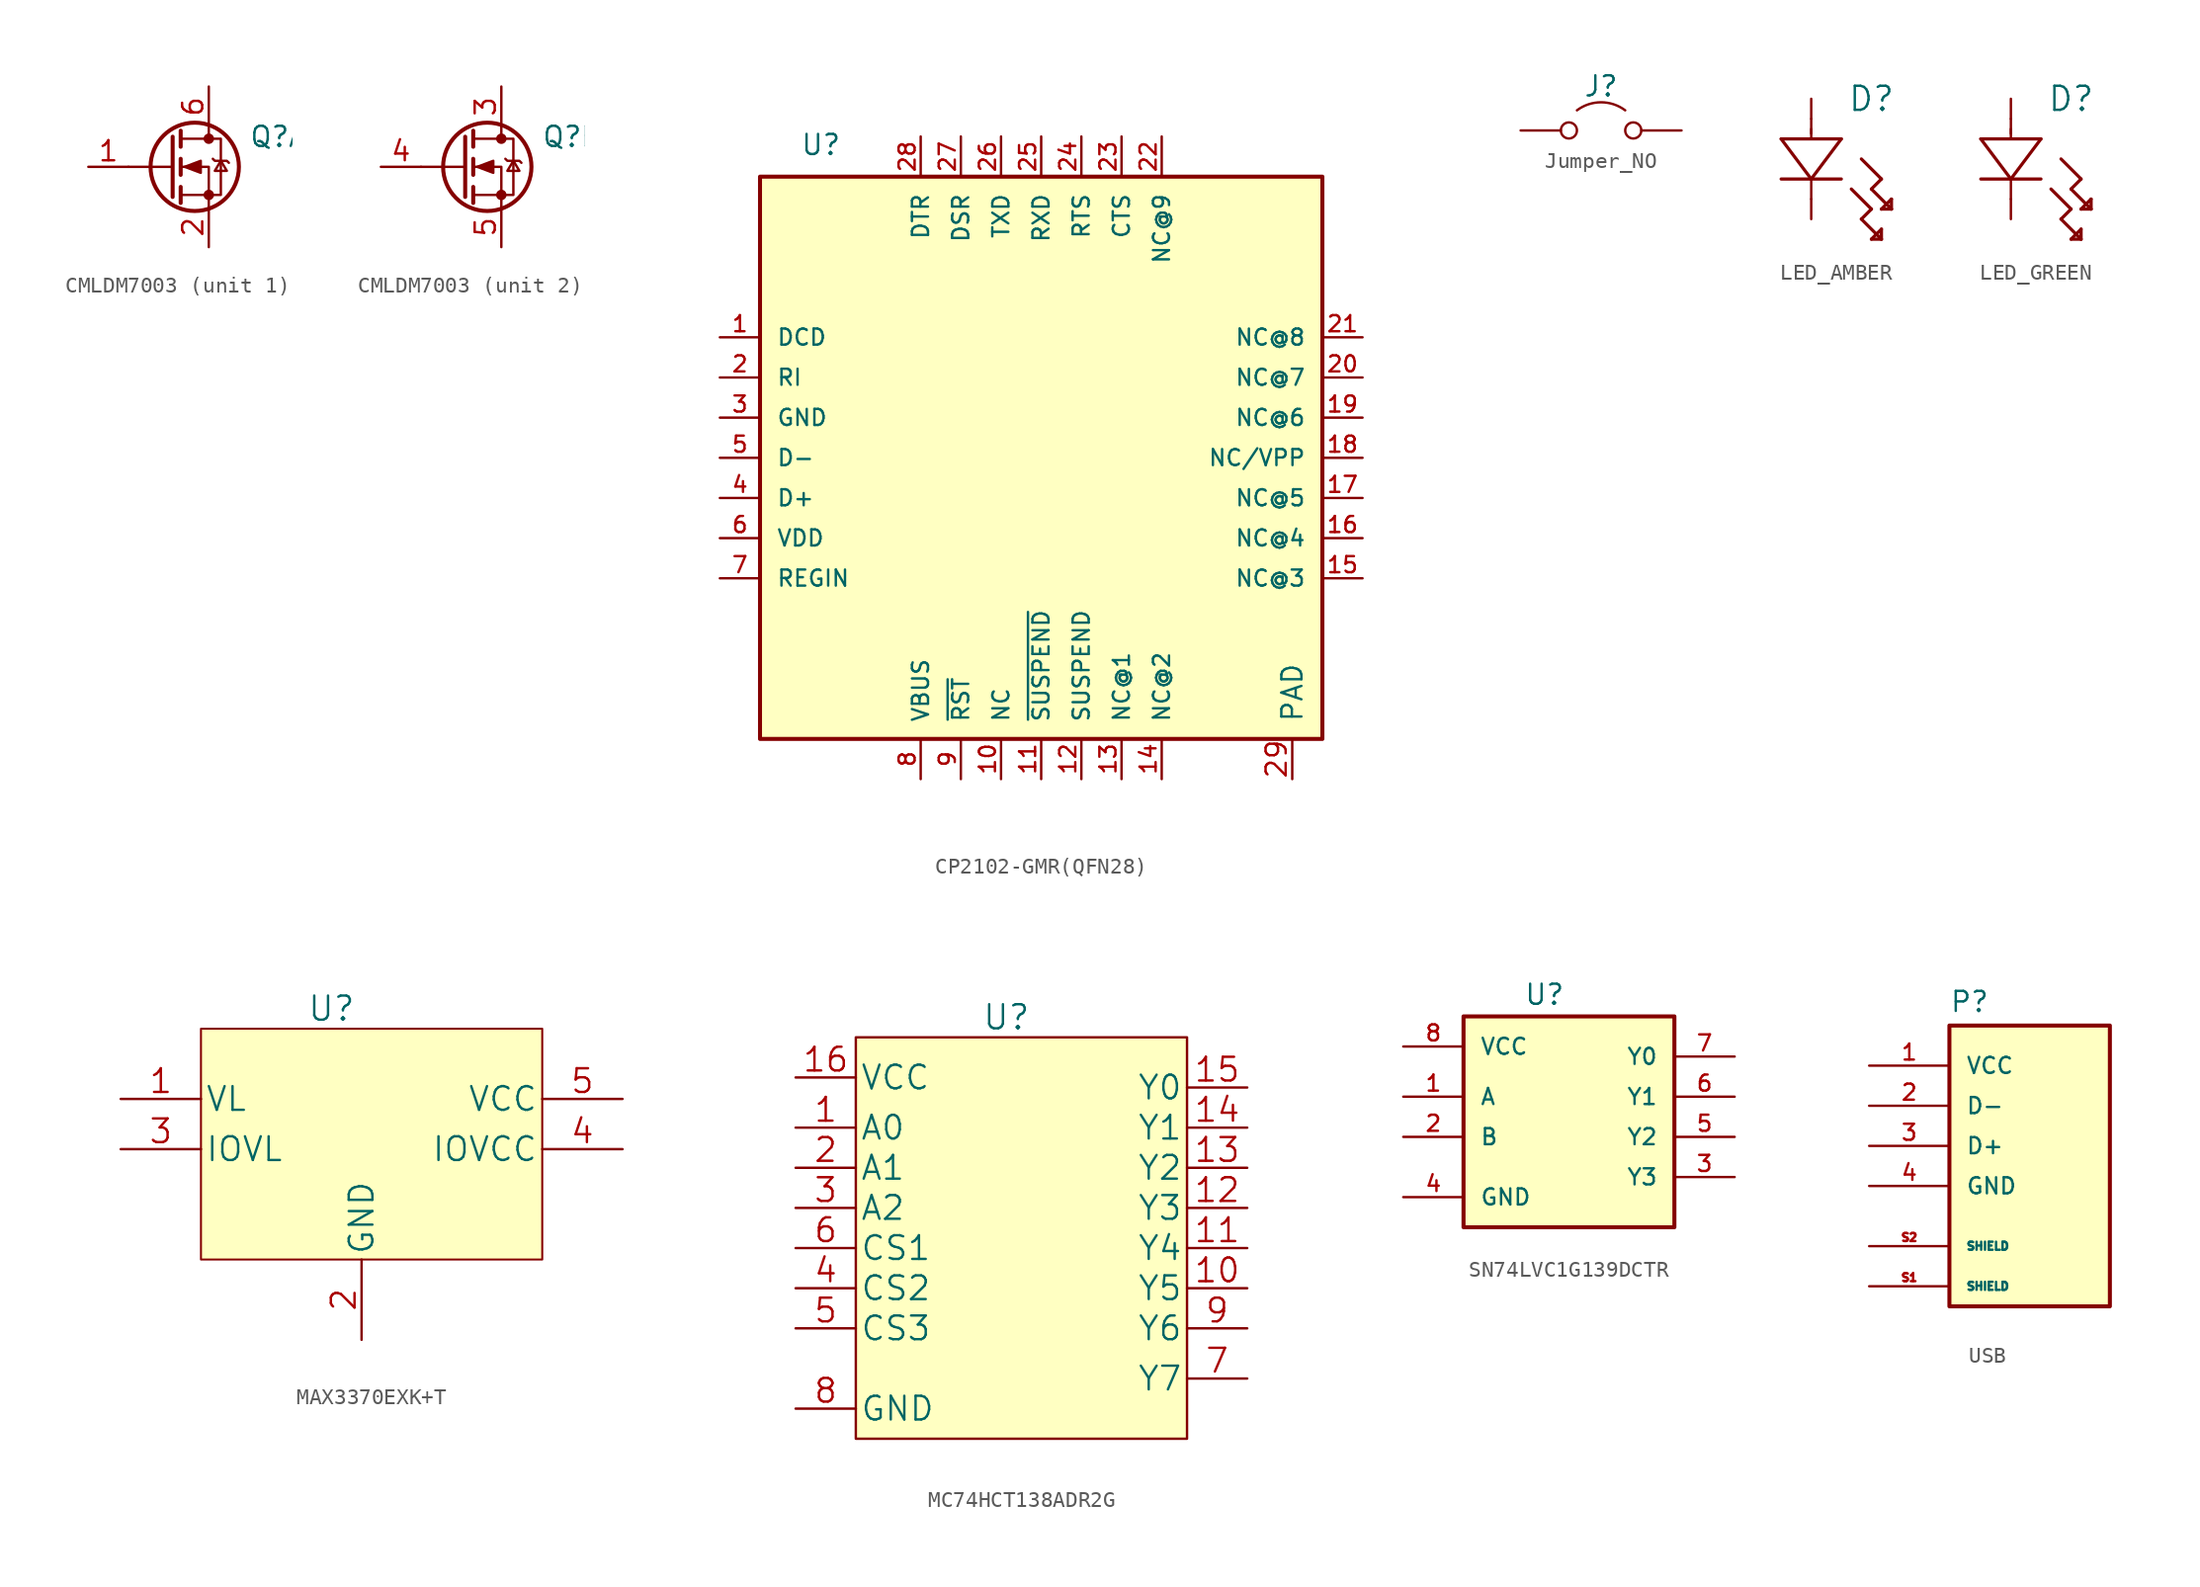
<source format=kicad_sym>
(kicad_symbol_lib
  (version 20220914)
  (generator kicad_symbol_editor)
  (symbol "CMLDM7003"
    (pin_names hide)
    (property "Reference" "Q"
      (at 5.08 1.905 0)
      (effects (font (size 1.27 1.27)) (justify left)))
    (symbol "CMLDM7003_0_1"
      (polyline (pts (xy 0.254 0) (xy -2.54 0)) (stroke (width 0) (type default)) (fill (type none)))
      (polyline (pts (xy 0.254 1.905) (xy 0.254 -1.905)) (stroke (width 0.254) (type default)) (fill (type none)))
      (polyline (pts (xy 0.762 -1.27) (xy 0.762 -2.286)) (stroke (width 0.254) (type default)) (fill (type none)))
      (polyline (pts (xy 0.762 0.508) (xy 0.762 -0.508)) (stroke (width 0.254) (type default)) (fill (type none)))
      (polyline (pts (xy 0.762 2.286) (xy 0.762 1.27)) (stroke (width 0.254) (type default)) (fill (type none)))
      (polyline (pts (xy 2.54 2.54) (xy 2.54 1.778)) (stroke (width 0) (type default)) (fill (type none)))
      (polyline (pts (xy 2.54 -2.54) (xy 2.54 0) (xy 0.762 0)) (stroke (width 0) (type default)) (fill (type none)))
      (polyline (pts (xy 0.762 -1.778) (xy 3.302 -1.778) (xy 3.302 1.778) (xy 0.762 1.778)) (stroke (width 0) (type default)) (fill (type none)))
      (polyline (pts (xy 1.016 0) (xy 2.032 0.381) (xy 2.032 -0.381) (xy 1.016 0)) (stroke (width 0) (type default)) (fill (type outline)))
      (polyline (pts (xy 2.794 0.508) (xy 2.921 0.381) (xy 3.683 0.381) (xy 3.81 0.254)) (stroke (width 0) (type default)) (fill (type none)))
      (polyline (pts (xy 3.302 0.381) (xy 2.921 -0.254) (xy 3.683 -0.254) (xy 3.302 0.381)) (stroke (width 0) (type default)) (fill (type none)))
      (circle (center 1.651 0) (radius 2.794) (stroke (width 0.254) (type default)) (fill (type none)))
      (circle (center 2.54 -1.778) (radius 0.254) (stroke (width 0) (type default)) (fill (type outline)))
      (circle (center 2.54 1.778) (radius 0.254) (stroke (width 0) (type default)) (fill (type outline))))
    (symbol "CMLDM7003_1_1"
      (pin input line (at -5.08 0 0) (length 2.54) (name "G" (effects (font (size 1.27 1.27)))) (number "1" (effects (font (size 1.27 1.27)))))
      (pin passive line (at 2.54 -5.08 90) (length 2.54) (name "S" (effects (font (size 1.27 1.27)))) (number "2" (effects (font (size 1.27 1.27)))))
      (pin passive line (at 2.54 5.08 270) (length 2.54) (name "D" (effects (font (size 1.27 1.27)))) (number "6" (effects (font (size 1.27 1.27))))))
    (symbol "CMLDM7003_2_1"
      (pin passive line (at 2.54 5.08 270) (length 2.54) (name "D" (effects (font (size 1.27 1.27)))) (number "3" (effects (font (size 1.27 1.27)))))
      (pin input line (at -5.08 0 0) (length 2.54) (name "G" (effects (font (size 1.27 1.27)))) (number "4" (effects (font (size 1.27 1.27)))))
      (pin passive line (at 2.54 -5.08 90) (length 2.54) (name "S" (effects (font (size 1.27 1.27)))) (number "5" (effects (font (size 1.27 1.27)))))))
  (symbol "CP2102-GMR(QFN28)"
    (pin_names
      (offset 1.016))
    (property "Reference" "U"
      (at -15.24 19.05 0)
      (effects (font (size 1.27 1.27)) (justify left bottom)))
    (symbol "CP2102-GMR(QFN28)_0_0"
      (rectangle (start -17.78 17.78) (end 17.78 -17.78) (stroke (width 0.254) (type default)) (fill (type background)))
      (pin bidirectional line (at -20.32 7.62 0) (length 2.54) (name "DCD" (effects (font (size 1.016 1.016)))) (number "1" (effects (font (size 1.016 1.016)))))
      (pin bidirectional line (at -2.54 -20.32 90) (length 2.54) (name "NC" (effects (font (size 1.016 1.016)))) (number "10" (effects (font (size 1.016 1.016)))))
      (pin bidirectional line (at 0 -20.32 90) (length 2.54) (name "~{SUSPEND}" (effects (font (size 1.016 1.016)))) (number "11" (effects (font (size 1.016 1.016)))))
      (pin bidirectional line (at 2.54 -20.32 90) (length 2.54) (name "SUSPEND" (effects (font (size 1.016 1.016)))) (number "12" (effects (font (size 1.016 1.016)))))
      (pin bidirectional line (at 5.08 -20.32 90) (length 2.54) (name "NC@1" (effects (font (size 1.016 1.016)))) (number "13" (effects (font (size 1.016 1.016)))))
      (pin bidirectional line (at 7.62 -20.32 90) (length 2.54) (name "NC@2" (effects (font (size 1.016 1.016)))) (number "14" (effects (font (size 1.016 1.016)))))
      (pin bidirectional line (at 20.32 -7.62 180) (length 2.54) (name "NC@3" (effects (font (size 1.016 1.016)))) (number "15" (effects (font (size 1.016 1.016)))))
      (pin bidirectional line (at 20.32 -5.08 180) (length 2.54) (name "NC@4" (effects (font (size 1.016 1.016)))) (number "16" (effects (font (size 1.016 1.016)))))
      (pin bidirectional line (at 20.32 -2.54 180) (length 2.54) (name "NC@5" (effects (font (size 1.016 1.016)))) (number "17" (effects (font (size 1.016 1.016)))))
      (pin bidirectional line (at 20.32 0 180) (length 2.54) (name "NC/VPP" (effects (font (size 1.016 1.016)))) (number "18" (effects (font (size 1.016 1.016)))))
      (pin bidirectional line (at 20.32 2.54 180) (length 2.54) (name "NC@6" (effects (font (size 1.016 1.016)))) (number "19" (effects (font (size 1.016 1.016)))))
      (pin bidirectional line (at -20.32 5.08 0) (length 2.54) (name "RI" (effects (font (size 1.016 1.016)))) (number "2" (effects (font (size 1.016 1.016)))))
      (pin bidirectional line (at 20.32 5.08 180) (length 2.54) (name "NC@7" (effects (font (size 1.016 1.016)))) (number "20" (effects (font (size 1.016 1.016)))))
      (pin bidirectional line (at 20.32 7.62 180) (length 2.54) (name "NC@8" (effects (font (size 1.016 1.016)))) (number "21" (effects (font (size 1.016 1.016)))))
      (pin bidirectional line (at 7.62 20.32 270) (length 2.54) (name "NC@9" (effects (font (size 1.016 1.016)))) (number "22" (effects (font (size 1.016 1.016)))))
      (pin bidirectional line (at 5.08 20.32 270) (length 2.54) (name "CTS" (effects (font (size 1.016 1.016)))) (number "23" (effects (font (size 1.016 1.016)))))
      (pin bidirectional line (at 2.54 20.32 270) (length 2.54) (name "RTS" (effects (font (size 1.016 1.016)))) (number "24" (effects (font (size 1.016 1.016)))))
      (pin bidirectional line (at 0 20.32 270) (length 2.54) (name "RXD" (effects (font (size 1.016 1.016)))) (number "25" (effects (font (size 1.016 1.016)))))
      (pin bidirectional line (at -2.54 20.32 270) (length 2.54) (name "TXD" (effects (font (size 1.016 1.016)))) (number "26" (effects (font (size 1.016 1.016)))))
      (pin bidirectional line (at -5.08 20.32 270) (length 2.54) (name "DSR" (effects (font (size 1.016 1.016)))) (number "27" (effects (font (size 1.016 1.016)))))
      (pin bidirectional line (at -7.62 20.32 270) (length 2.54) (name "DTR" (effects (font (size 1.016 1.016)))) (number "28" (effects (font (size 1.016 1.016)))))
      (pin power_in line (at -20.32 2.54 0) (length 2.54) (name "GND" (effects (font (size 1.016 1.016)))) (number "3" (effects (font (size 1.016 1.016)))))
      (pin bidirectional line (at -20.32 -2.54 0) (length 2.54) (name "D+" (effects (font (size 1.016 1.016)))) (number "4" (effects (font (size 1.016 1.016)))))
      (pin bidirectional line (at -20.32 0 0) (length 2.54) (name "D-" (effects (font (size 1.016 1.016)))) (number "5" (effects (font (size 1.016 1.016)))))
      (pin bidirectional line (at -20.32 -5.08 0) (length 2.54) (name "VDD" (effects (font (size 1.016 1.016)))) (number "6" (effects (font (size 1.016 1.016)))))
      (pin power_in line (at -20.32 -7.62 0) (length 2.54) (name "REGIN" (effects (font (size 1.016 1.016)))) (number "7" (effects (font (size 1.016 1.016)))))
      (pin power_in line (at -7.62 -20.32 90) (length 2.54) (name "VBUS" (effects (font (size 1.016 1.016)))) (number "8" (effects (font (size 1.016 1.016)))))
      (pin bidirectional line (at -5.08 -20.32 90) (length 2.54) (name "~{RST}" (effects (font (size 1.016 1.016)))) (number "9" (effects (font (size 1.016 1.016))))))
    (symbol "CP2102-GMR(QFN28)_1_1"
      (pin passive line (at 15.875 -20.32 90) (length 2.54) (name "PAD" (effects (font (size 1.27 1.27)))) (number "29" (effects (font (size 1.27 1.27)))))))
  (symbol "Jumper_NO"
    (pin_numbers hide)
    (pin_names
      (offset 0) hide)
    (property "Reference" "J"
      (at 0 2.794 0)
      (effects (font (size 1.27 1.27))))
    (symbol "Jumper_NO_0_0"
      (circle (center -2.032 0) (radius 0.508) (stroke (width 0) (type default)) (fill (type none)))
      (circle (center 2.032 0) (radius 0.508) (stroke (width 0) (type default)) (fill (type none))))
    (symbol "Jumper_NO_0_1"
      (arc (start 1.524 1.27) (mid 0 1.778) (end -1.524 1.27) (stroke (width 0) (type default)) (fill (type none))))
    (symbol "Jumper_NO_1_1"
      (pin passive line (at -5.08 0 0) (length 2.54) (name "A" (effects (font (size 1.27 1.27)))) (number "1" (effects (font (size 1.27 1.27)))))
      (pin passive line (at 5.08 0 180) (length 2.54) (name "B" (effects (font (size 1.27 1.27)))) (number "2" (effects (font (size 1.27 1.27)))))))
  (symbol "LED_AMBER"
    (pin_numbers hide)
    (pin_names hide)
    (property "Reference" "D"
      (at 3.81 5.08 0)
      (effects (font (size 1.524 1.524))))
    (symbol "LED_AMBER_1_1"
      (polyline (pts (xy -1.905 0) (xy 1.905 0)) (stroke (width 0.203) (type default)) (fill (type none)))
      (polyline (pts (xy -1.905 2.54) (xy 0 0)) (stroke (width 0.203) (type default)) (fill (type none)))
      (polyline (pts (xy 0 0) (xy 0 -1.27)) (stroke (width 0.152) (type default)) (fill (type none)))
      (polyline (pts (xy 0 0) (xy 1.905 2.54)) (stroke (width 0.203) (type default)) (fill (type none)))
      (polyline (pts (xy 0 3.175) (xy 0 2.54)) (stroke (width 0.152) (type default)) (fill (type none)))
      (polyline (pts (xy 0 3.81) (xy 0 2.87)) (stroke (width 0.152) (type default)) (fill (type none)))
      (polyline (pts (xy 1.905 2.54) (xy -1.905 2.54)) (stroke (width 0.203) (type default)) (fill (type none)))
      (polyline (pts (xy 2.54 -0.635) (xy 3.81 -1.905)) (stroke (width 0.203) (type default)) (fill (type none)))
      (polyline (pts (xy 3.175 -2.54) (xy 4.445 -3.81)) (stroke (width 0.203) (type default)) (fill (type none)))
      (polyline (pts (xy 3.175 1.27) (xy 4.445 0)) (stroke (width 0.203) (type default)) (fill (type none)))
      (polyline (pts (xy 3.81 -3.81) (xy 4.445 -3.81)) (stroke (width 0.203) (type default)) (fill (type none)))
      (polyline (pts (xy 3.81 -1.905) (xy 3.175 -2.54)) (stroke (width 0.203) (type default)) (fill (type none)))
      (polyline (pts (xy 3.81 -0.635) (xy 5.08 -1.905)) (stroke (width 0.203) (type default)) (fill (type none)))
      (polyline (pts (xy 4.445 -3.81) (xy 4.445 -3.175)) (stroke (width 0.203) (type default)) (fill (type none)))
      (polyline (pts (xy 4.445 -3.175) (xy 3.81 -3.81)) (stroke (width 0.203) (type default)) (fill (type none)))
      (polyline (pts (xy 4.445 -1.905) (xy 5.08 -1.905)) (stroke (width 0.203) (type default)) (fill (type none)))
      (polyline (pts (xy 4.445 0) (xy 3.81 -0.635)) (stroke (width 0.203) (type default)) (fill (type none)))
      (polyline (pts (xy 5.08 -1.905) (xy 5.08 -1.27)) (stroke (width 0.203) (type default)) (fill (type none)))
      (polyline (pts (xy 5.08 -1.27) (xy 4.445 -1.905)) (stroke (width 0.203) (type default)) (fill (type none)))
      (pin passive line (at 0 -2.54 90) (length 1.27) (name "1" (effects (font (size 1.499 1.499)))) (number "1" (effects (font (size 1.499 1.499)))))
      (pin passive line (at 0 5.08 270) (length 1.27) (name "2" (effects (font (size 1.499 1.499)))) (number "2" (effects (font (size 1.499 1.499)))))))
  (symbol "LED_GREEN"
    (pin_numbers hide)
    (pin_names hide)
    (property "Reference" "D"
      (at 3.81 5.08 0)
      (effects (font (size 1.524 1.524))))
    (symbol "LED_GREEN_1_1"
      (polyline (pts (xy -1.905 0) (xy 1.905 0)) (stroke (width 0.203) (type default)) (fill (type none)))
      (polyline (pts (xy -1.905 2.54) (xy 0 0)) (stroke (width 0.203) (type default)) (fill (type none)))
      (polyline (pts (xy 0 0) (xy 0 -1.27)) (stroke (width 0.152) (type default)) (fill (type none)))
      (polyline (pts (xy 0 0) (xy 1.905 2.54)) (stroke (width 0.203) (type default)) (fill (type none)))
      (polyline (pts (xy 0 3.175) (xy 0 2.54)) (stroke (width 0.152) (type default)) (fill (type none)))
      (polyline (pts (xy 0 3.81) (xy 0 2.87)) (stroke (width 0.152) (type default)) (fill (type none)))
      (polyline (pts (xy 1.905 2.54) (xy -1.905 2.54)) (stroke (width 0.203) (type default)) (fill (type none)))
      (polyline (pts (xy 2.54 -0.635) (xy 3.81 -1.905)) (stroke (width 0.203) (type default)) (fill (type none)))
      (polyline (pts (xy 3.175 -2.54) (xy 4.445 -3.81)) (stroke (width 0.203) (type default)) (fill (type none)))
      (polyline (pts (xy 3.175 1.27) (xy 4.445 0)) (stroke (width 0.203) (type default)) (fill (type none)))
      (polyline (pts (xy 3.81 -3.81) (xy 4.445 -3.81)) (stroke (width 0.203) (type default)) (fill (type none)))
      (polyline (pts (xy 3.81 -1.905) (xy 3.175 -2.54)) (stroke (width 0.203) (type default)) (fill (type none)))
      (polyline (pts (xy 3.81 -0.635) (xy 5.08 -1.905)) (stroke (width 0.203) (type default)) (fill (type none)))
      (polyline (pts (xy 4.445 -3.81) (xy 4.445 -3.175)) (stroke (width 0.203) (type default)) (fill (type none)))
      (polyline (pts (xy 4.445 -3.175) (xy 3.81 -3.81)) (stroke (width 0.203) (type default)) (fill (type none)))
      (polyline (pts (xy 4.445 -1.905) (xy 5.08 -1.905)) (stroke (width 0.203) (type default)) (fill (type none)))
      (polyline (pts (xy 4.445 0) (xy 3.81 -0.635)) (stroke (width 0.203) (type default)) (fill (type none)))
      (polyline (pts (xy 5.08 -1.905) (xy 5.08 -1.27)) (stroke (width 0.203) (type default)) (fill (type none)))
      (polyline (pts (xy 5.08 -1.27) (xy 4.445 -1.905)) (stroke (width 0.203) (type default)) (fill (type none)))
      (pin passive line (at 0 -2.54 90) (length 1.27) (name "1" (effects (font (size 1.499 1.499)))) (number "1" (effects (font (size 1.499 1.499)))))
      (pin passive line (at 0 5.08 270) (length 1.27) (name "2" (effects (font (size 1.499 1.499)))) (number "2" (effects (font (size 1.499 1.499)))))))
  (symbol "MAX3370EXK+T"
    (pin_names
      (offset 0.254))
    (property "Reference" "U"
      (at -1.905 6.35 0)
      (effects (font (size 1.524 1.524))))
    (symbol "MAX3370EXK+T_1_1"
      (rectangle (start -10.16 5.08) (end 11.43 -9.525) (stroke (width 0.127) (type default)) (fill (type background)))
      (pin passive line (at -15.24 0.635 0) (length 5.08) (name "VL" (effects (font (size 1.499 1.499)))) (number "1" (effects (font (size 1.499 1.499)))))
      (pin passive line (at 0 -14.605 90) (length 5.08) (name "GND" (effects (font (size 1.499 1.499)))) (number "2" (effects (font (size 1.499 1.499)))))
      (pin passive line (at -15.24 -2.54 0) (length 5.08) (name "IOVL" (effects (font (size 1.499 1.499)))) (number "3" (effects (font (size 1.499 1.499)))))
      (pin passive line (at 16.51 -2.54 180) (length 5.08) (name "IOVCC" (effects (font (size 1.499 1.499)))) (number "4" (effects (font (size 1.499 1.499)))))
      (pin passive line (at 16.51 0.635 180) (length 5.08) (name "VCC" (effects (font (size 1.499 1.499)))) (number "5" (effects (font (size 1.499 1.499)))))))
  (symbol "MC74HCT138ADR2G"
    (pin_names
      (offset 0.254))
    (property "Reference" "U"
      (at -1.27 12.7 0)
      (effects (font (size 1.524 1.524))))
    (symbol "MC74HCT138ADR2G_1_1"
      (rectangle (start -10.795 11.43) (end 10.16 -13.97) (stroke (width 0.152) (type default)) (fill (type background)))
      (pin input line (at -14.605 5.715 0) (length 3.81) (name "A0" (effects (font (size 1.499 1.499)))) (number "1" (effects (font (size 1.499 1.499)))))
      (pin output line (at 13.97 -4.445 180) (length 3.81) (name "Y5" (effects (font (size 1.499 1.499)))) (number "10" (effects (font (size 1.499 1.499)))))
      (pin output line (at 13.97 -1.905 180) (length 3.81) (name "Y4" (effects (font (size 1.499 1.499)))) (number "11" (effects (font (size 1.499 1.499)))))
      (pin output line (at 13.97 0.635 180) (length 3.81) (name "Y3" (effects (font (size 1.499 1.499)))) (number "12" (effects (font (size 1.499 1.499)))))
      (pin output line (at 13.97 3.175 180) (length 3.81) (name "Y2" (effects (font (size 1.499 1.499)))) (number "13" (effects (font (size 1.499 1.499)))))
      (pin output line (at 13.97 5.715 180) (length 3.81) (name "Y1" (effects (font (size 1.499 1.499)))) (number "14" (effects (font (size 1.499 1.499)))))
      (pin output line (at 13.97 8.255 180) (length 3.81) (name "Y0" (effects (font (size 1.499 1.499)))) (number "15" (effects (font (size 1.499 1.499)))))
      (pin power_in line (at -14.605 8.89 0) (length 3.81) (name "VCC" (effects (font (size 1.499 1.499)))) (number "16" (effects (font (size 1.499 1.499)))))
      (pin input line (at -14.605 3.175 0) (length 3.81) (name "A1" (effects (font (size 1.499 1.499)))) (number "2" (effects (font (size 1.499 1.499)))))
      (pin input line (at -14.605 0.635 0) (length 3.81) (name "A2" (effects (font (size 1.499 1.499)))) (number "3" (effects (font (size 1.499 1.499)))))
      (pin input line (at -14.605 -4.445 0) (length 3.81) (name "CS2" (effects (font (size 1.499 1.499)))) (number "4" (effects (font (size 1.499 1.499)))))
      (pin input line (at -14.605 -6.985 0) (length 3.81) (name "CS3" (effects (font (size 1.499 1.499)))) (number "5" (effects (font (size 1.499 1.499)))))
      (pin input line (at -14.605 -1.905 0) (length 3.81) (name "CS1" (effects (font (size 1.499 1.499)))) (number "6" (effects (font (size 1.499 1.499)))))
      (pin output line (at 13.97 -10.16 180) (length 3.81) (name "Y7" (effects (font (size 1.499 1.499)))) (number "7" (effects (font (size 1.499 1.499)))))
      (pin power_in line (at -14.605 -12.065 0) (length 3.81) (name "GND" (effects (font (size 1.499 1.499)))) (number "8" (effects (font (size 1.499 1.499)))))
      (pin output line (at 13.97 -6.985 180) (length 3.81) (name "Y6" (effects (font (size 1.499 1.499)))) (number "9" (effects (font (size 1.499 1.499)))))))
  (symbol "SN74LVC1G139DCTR"
    (pin_names
      (offset 1.016))
    (property "Reference" "U"
      (at -3.175 6.35 0)
      (effects (font (size 1.27 1.27)) (justify left bottom)))
    (symbol "SN74LVC1G139DCTR_0_0"
      (rectangle (start -6.985 5.715) (end 6.35 -7.62) (stroke (width 0.254) (type default)) (fill (type background)))
      (pin input line (at -10.795 0.635 0) (length 3.81) (name "A" (effects (font (size 1.016 1.016)))) (number "1" (effects (font (size 1.016 1.016)))))
      (pin input line (at -10.795 -1.905 0) (length 3.81) (name "B" (effects (font (size 1.016 1.016)))) (number "2" (effects (font (size 1.016 1.016)))))
      (pin output line (at 10.16 -4.445 180) (length 3.81) (name "Y3" (effects (font (size 1.016 1.016)))) (number "3" (effects (font (size 1.016 1.016)))))
      (pin power_in line (at -10.795 -5.715 0) (length 3.81) (name "GND" (effects (font (size 1.016 1.016)))) (number "4" (effects (font (size 1.016 1.016)))))
      (pin output line (at 10.16 -1.905 180) (length 3.81) (name "Y2" (effects (font (size 1.016 1.016)))) (number "5" (effects (font (size 1.016 1.016)))))
      (pin output line (at 10.16 0.635 180) (length 3.81) (name "Y1" (effects (font (size 1.016 1.016)))) (number "6" (effects (font (size 1.016 1.016)))))
      (pin output line (at 10.16 3.175 180) (length 3.81) (name "Y0" (effects (font (size 1.016 1.016)))) (number "7" (effects (font (size 1.016 1.016)))))
      (pin power_in line (at -10.795 3.81 0) (length 3.81) (name "VCC" (effects (font (size 1.016 1.016)))) (number "8" (effects (font (size 1.016 1.016)))))))
  (symbol "USB"
    (pin_names
      (offset 1.016))
    (property "Reference" "P"
      (at -5.08 10.922 0)
      (effects (font (size 1.27 1.27)) (justify left bottom)))
    (symbol "USB_0_0"
      (rectangle (start -5.08 -7.62) (end 5.08 10.16) (stroke (width 0.254) (type default)) (fill (type background)))
      (pin power_out line (at -10.16 7.62 0) (length 5.08) (name "VCC" (effects (font (size 1.016 1.016)))) (number "1" (effects (font (size 1.016 1.016)))))
      (pin bidirectional line (at -10.16 5.08 0) (length 5.08) (name "D-" (effects (font (size 1.016 1.016)))) (number "2" (effects (font (size 1.016 1.016)))))
      (pin bidirectional line (at -10.16 2.54 0) (length 5.08) (name "D+" (effects (font (size 1.016 1.016)))) (number "3" (effects (font (size 1.016 1.016)))))
      (pin power_out line (at -10.16 0 0) (length 5.08) (name "GND" (effects (font (size 1.016 1.016)))) (number "4" (effects (font (size 1.016 1.016)))))
      (pin passive line (at -10.16 -6.35 0) (length 5.08) (name "SHIELD" (effects (font (size 0.508 0.508)))) (number "S1" (effects (font (size 0.508 0.508)))))
      (pin passive line (at -10.16 -3.81 0) (length 5.08) (name "SHIELD" (effects (font (size 0.508 0.508)))) (number "S2" (effects (font (size 0.508 0.508))))))))
</source>
